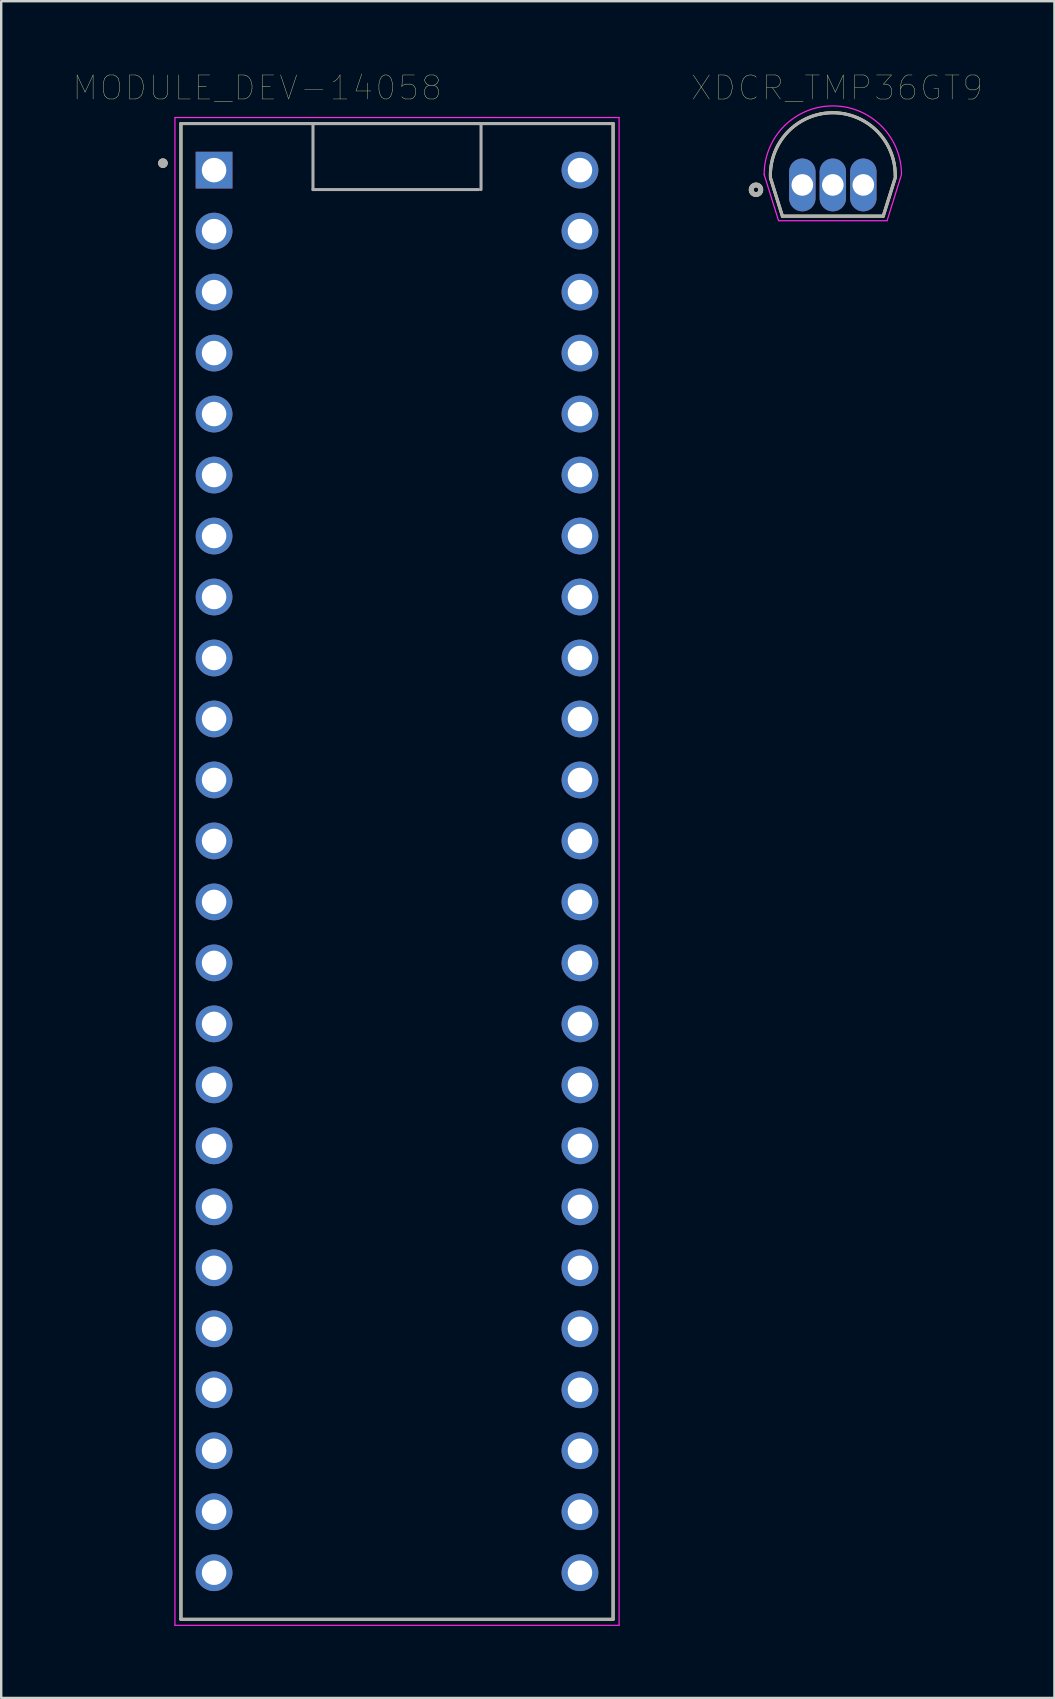
<source format=kicad_pcb>
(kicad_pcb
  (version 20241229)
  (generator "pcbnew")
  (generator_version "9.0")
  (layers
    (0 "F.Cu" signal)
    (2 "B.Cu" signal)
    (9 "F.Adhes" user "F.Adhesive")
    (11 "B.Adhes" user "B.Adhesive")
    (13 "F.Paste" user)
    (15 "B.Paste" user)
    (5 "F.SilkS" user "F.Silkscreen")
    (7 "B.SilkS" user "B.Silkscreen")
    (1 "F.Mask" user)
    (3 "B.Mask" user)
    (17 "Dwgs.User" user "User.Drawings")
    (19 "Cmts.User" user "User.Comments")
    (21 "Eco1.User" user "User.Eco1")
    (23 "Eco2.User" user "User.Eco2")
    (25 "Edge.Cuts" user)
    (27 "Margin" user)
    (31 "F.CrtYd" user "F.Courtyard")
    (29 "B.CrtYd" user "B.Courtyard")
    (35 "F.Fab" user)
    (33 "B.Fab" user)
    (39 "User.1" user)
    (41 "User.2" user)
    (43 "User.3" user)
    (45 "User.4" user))
  (footprint "MODULE_DEV-14058"
    (layer "F.Cu")
    (at 13.486 33.246)
    (property "Reference" "MODULE_DEV-14058" (at -5.825 -32.635 0) (layer "F.SilkS") (effects (font (size 1 1) (thickness 0.015))))
    (attr through_hole)
    (fp_line (start -9 -31.15) (end -9 31.15) (stroke (width 0.127) (type solid)) (layer "F.SilkS"))
    (fp_line (start -9 31.15) (end 9 31.15) (stroke (width 0.127) (type solid)) (layer "F.SilkS"))
    (fp_line (start 9 -31.15) (end -9 -31.15) (stroke (width 0.127) (type solid)) (layer "F.SilkS"))
    (fp_line (start 9 31.15) (end 9 -31.15) (stroke (width 0.127) (type solid)) (layer "F.SilkS"))
    (fp_circle (center -9.75 -29.5) (end -9.65 -29.5) (stroke (width 0.2) (type solid)) (fill no) (layer "F.SilkS"))
    (fp_line (start -9.25 -31.4) (end 9.25 -31.4) (stroke (width 0.05) (type solid)) (layer "F.CrtYd"))
    (fp_line (start -9.25 31.4) (end -9.25 -31.4) (stroke (width 0.05) (type solid)) (layer "F.CrtYd"))
    (fp_line (start 9.25 -31.4) (end 9.25 31.4) (stroke (width 0.05) (type solid)) (layer "F.CrtYd"))
    (fp_line (start 9.25 31.4) (end -9.25 31.4) (stroke (width 0.05) (type solid)) (layer "F.CrtYd"))
    (fp_line (start -9 -31.15) (end 9 -31.15) (stroke (width 0.127) (type solid)) (layer "F.Fab"))
    (fp_line (start -9 31.15) (end -9 -31.15) (stroke (width 0.127) (type solid)) (layer "F.Fab"))
    (fp_line (start -3.5 -31.1) (end -3.5 -28.4) (stroke (width 0.127) (type solid)) (layer "F.Fab"))
    (fp_line (start -3.5 -28.4) (end 3.4 -28.4) (stroke (width 0.127) (type solid)) (layer "F.Fab"))
    (fp_line (start 3.5 -28.4) (end 3.5 -31.1) (stroke (width 0.127) (type solid)) (layer "F.Fab"))
    (fp_line (start 9 -31.15) (end 9 31.15) (stroke (width 0.127) (type solid)) (layer "F.Fab"))
    (fp_line (start 9 31.15) (end -9 31.15) (stroke (width 0.127) (type solid)) (layer "F.Fab"))
    (fp_circle (center -9.75 -29.5) (end -9.65 -29.5) (stroke (width 0.2) (type solid)) (fill no) (layer "F.Fab"))
    (pad "1" thru_hole rect (at -7.62 -29.21) (size 1.53 1.53) (drill 1.02) (layers "*.Cu" "*.Mask"))
    (pad "2" thru_hole circle (at -7.62 -26.67) (size 1.53 1.53) (drill 1.02) (layers "*.Cu" "*.Mask"))
    (pad "3" thru_hole circle (at -7.62 -24.13) (size 1.53 1.53) (drill 1.02) (layers "*.Cu" "*.Mask"))
    (pad "4" thru_hole circle (at -7.62 -21.59) (size 1.53 1.53) (drill 1.02) (layers "*.Cu" "*.Mask"))
    (pad "5" thru_hole circle (at -7.62 -19.05) (size 1.53 1.53) (drill 1.02) (layers "*.Cu" "*.Mask"))
    (pad "6" thru_hole circle (at -7.62 -16.51) (size 1.53 1.53) (drill 1.02) (layers "*.Cu" "*.Mask"))
    (pad "7" thru_hole circle (at -7.62 -13.97) (size 1.53 1.53) (drill 1.02) (layers "*.Cu" "*.Mask"))
    (pad "8" thru_hole circle (at -7.62 -11.43) (size 1.53 1.53) (drill 1.02) (layers "*.Cu" "*.Mask"))
    (pad "9" thru_hole circle (at -7.62 -8.89) (size 1.53 1.53) (drill 1.02) (layers "*.Cu" "*.Mask"))
    (pad "10" thru_hole circle (at -7.62 -6.35) (size 1.53 1.53) (drill 1.02) (layers "*.Cu" "*.Mask"))
    (pad "11" thru_hole circle (at -7.62 -3.81) (size 1.53 1.53) (drill 1.02) (layers "*.Cu" "*.Mask"))
    (pad "12" thru_hole circle (at -7.62 -1.27) (size 1.53 1.53) (drill 1.02) (layers "*.Cu" "*.Mask"))
    (pad "13" thru_hole circle (at -7.62 1.27) (size 1.53 1.53) (drill 1.02) (layers "*.Cu" "*.Mask"))
    (pad "14" thru_hole circle (at -7.62 3.81) (size 1.53 1.53) (drill 1.02) (layers "*.Cu" "*.Mask"))
    (pad "15" thru_hole circle (at -7.62 6.35) (size 1.53 1.53) (drill 1.02) (layers "*.Cu" "*.Mask"))
    (pad "16" thru_hole circle (at -7.62 8.89) (size 1.53 1.53) (drill 1.02) (layers "*.Cu" "*.Mask"))
    (pad "17" thru_hole circle (at -7.62 11.43) (size 1.53 1.53) (drill 1.02) (layers "*.Cu" "*.Mask"))
    (pad "18" thru_hole circle (at -7.62 13.97) (size 1.53 1.53) (drill 1.02) (layers "*.Cu" "*.Mask"))
    (pad "19" thru_hole circle (at -7.62 16.51) (size 1.53 1.53) (drill 1.02) (layers "*.Cu" "*.Mask"))
    (pad "20" thru_hole circle (at -7.62 19.05) (size 1.53 1.53) (drill 1.02) (layers "*.Cu" "*.Mask"))
    (pad "21" thru_hole circle (at -7.62 21.59) (size 1.53 1.53) (drill 1.02) (layers "*.Cu" "*.Mask"))
    (pad "22" thru_hole circle (at -7.62 24.13) (size 1.53 1.53) (drill 1.02) (layers "*.Cu" "*.Mask"))
    (pad "23" thru_hole circle (at -7.62 26.67) (size 1.53 1.53) (drill 1.02) (layers "*.Cu" "*.Mask"))
    (pad "24" thru_hole circle (at -7.62 29.21) (size 1.53 1.53) (drill 1.02) (layers "*.Cu" "*.Mask"))
    (pad "25" thru_hole circle (at 7.62 29.21) (size 1.53 1.53) (drill 1.02) (layers "*.Cu" "*.Mask"))
    (pad "26" thru_hole circle (at 7.62 26.67) (size 1.53 1.53) (drill 1.02) (layers "*.Cu" "*.Mask"))
    (pad "27" thru_hole circle (at 7.62 24.13) (size 1.53 1.53) (drill 1.02) (layers "*.Cu" "*.Mask"))
    (pad "28" thru_hole circle (at 7.62 21.59) (size 1.53 1.53) (drill 1.02) (layers "*.Cu" "*.Mask"))
    (pad "29" thru_hole circle (at 7.62 19.05) (size 1.53 1.53) (drill 1.02) (layers "*.Cu" "*.Mask"))
    (pad "30" thru_hole circle (at 7.62 16.51) (size 1.53 1.53) (drill 1.02) (layers "*.Cu" "*.Mask"))
    (pad "31" thru_hole circle (at 7.62 13.97) (size 1.53 1.53) (drill 1.02) (layers "*.Cu" "*.Mask"))
    (pad "32" thru_hole circle (at 7.62 11.43) (size 1.53 1.53) (drill 1.02) (layers "*.Cu" "*.Mask"))
    (pad "33" thru_hole circle (at 7.62 8.89) (size 1.53 1.53) (drill 1.02) (layers "*.Cu" "*.Mask"))
    (pad "34" thru_hole circle (at 7.62 6.35) (size 1.53 1.53) (drill 1.02) (layers "*.Cu" "*.Mask"))
    (pad "35" thru_hole circle (at 7.62 3.81) (size 1.53 1.53) (drill 1.02) (layers "*.Cu" "*.Mask"))
    (pad "36" thru_hole circle (at 7.62 1.27) (size 1.53 1.53) (drill 1.02) (layers "*.Cu" "*.Mask"))
    (pad "37" thru_hole circle (at 7.62 -1.27) (size 1.53 1.53) (drill 1.02) (layers "*.Cu" "*.Mask"))
    (pad "38" thru_hole circle (at 7.62 -3.81) (size 1.53 1.53) (drill 1.02) (layers "*.Cu" "*.Mask"))
    (pad "39" thru_hole circle (at 7.62 -6.35) (size 1.53 1.53) (drill 1.02) (layers "*.Cu" "*.Mask"))
    (pad "40" thru_hole circle (at 7.62 -8.89) (size 1.53 1.53) (drill 1.02) (layers "*.Cu" "*.Mask"))
    (pad "41" thru_hole circle (at 7.62 -11.43) (size 1.53 1.53) (drill 1.02) (layers "*.Cu" "*.Mask"))
    (pad "42" thru_hole circle (at 7.62 -13.97) (size 1.53 1.53) (drill 1.02) (layers "*.Cu" "*.Mask"))
    (pad "43" thru_hole circle (at 7.62 -16.51) (size 1.53 1.53) (drill 1.02) (layers "*.Cu" "*.Mask"))
    (pad "44" thru_hole circle (at 7.62 -19.05) (size 1.53 1.53) (drill 1.02) (layers "*.Cu" "*.Mask"))
    (pad "45" thru_hole circle (at 7.62 -21.59) (size 1.53 1.53) (drill 1.02) (layers "*.Cu" "*.Mask"))
    (pad "46" thru_hole circle (at 7.62 -24.13) (size 1.53 1.53) (drill 1.02) (layers "*.Cu" "*.Mask"))
    (pad "47" thru_hole circle (at 7.62 -26.67) (size 1.53 1.53) (drill 1.02) (layers "*.Cu" "*.Mask"))
    (pad "48" thru_hole circle (at 7.62 -29.21) (size 1.53 1.53) (drill 1.02) (layers "*.Cu" "*.Mask")))
  (footprint "XDCR_TMP36GT9"
    (layer "F.Cu")
    (at 31.638 3.753)
    (property "Reference" "XDCR_TMP36GT9" (at 0.175 -3.141 0) (layer "F.SilkS") (effects (font (size 1.002 1.002) (thickness 0.015))))
    (attr through_hole)
    (fp_line (start -2.6 0.6) (end -2.1 2.2) (stroke (width 0.127) (type solid)) (layer "F.SilkS"))
    (fp_line (start -2.1 2.2) (end 2.1 2.2) (stroke (width 0.127) (type solid)) (layer "F.SilkS"))
    (fp_line (start 2.1 2.2) (end 2.6 0.6) (stroke (width 0.127) (type solid)) (layer "F.SilkS"))
    (fp_arc (start -2.6 0.538) (mid 0 -2.107779) (end 2.6 0.538) (stroke (width 0.127) (type solid)) (layer "F.SilkS"))
    (fp_circle (center -3.2 1.1) (end -3 1.1) (stroke (width 0.2) (type solid)) (fill no) (layer "F.SilkS"))
    (fp_line (start -2.26 2.39) (end -2.86 0.468) (stroke (width 0.05) (type solid)) (layer "F.CrtYd"))
    (fp_line (start -2.26 2.39) (end 2.26 2.39) (stroke (width 0.05) (type solid)) (layer "F.CrtYd"))
    (fp_line (start 2.26 2.39) (end 2.86 0.468) (stroke (width 0.05) (type solid)) (layer "F.CrtYd"))
    (fp_arc (start -2.86 0.468) (mid 0 -2.392) (end 2.86 0.468) (stroke (width 0.05) (type solid)) (layer "F.CrtYd"))
    (fp_line (start -2.6 0.6) (end -2.1 2.2) (stroke (width 0.127) (type solid)) (layer "F.Fab"))
    (fp_line (start -2.1 2.2) (end 2.1 2.2) (stroke (width 0.127) (type solid)) (layer "F.Fab"))
    (fp_line (start 2.1 2.2) (end 2.6 0.6) (stroke (width 0.127) (type solid)) (layer "F.Fab"))
    (fp_arc (start -2.6 0.538) (mid 0 -2.107779) (end 2.6 0.538) (stroke (width 0.127) (type solid)) (layer "F.Fab"))
    (fp_circle (center -3.2 1.1) (end -3 1.1) (stroke (width 0.2) (type solid)) (fill no) (layer "F.Fab"))
    (pad "1" thru_hole oval (at -1.27 0.9) (size 1.1 2.2) (drill 0.9) (layers "*.Cu" "*.Mask"))
    (pad "2" thru_hole oval (at 0 0.9) (size 1.1 2.2) (drill 0.9) (layers "*.Cu" "*.Mask"))
    (pad "3" thru_hole oval (at 1.27 0.9) (size 1.1 2.2) (drill 0.9) (layers "*.Cu" "*.Mask")))
  (gr_rect
    (start -3 -3)
    (end 40.867 67.671)
    (stroke (width 0.1) (type default))
    (fill no)
    (layer "Edge.Cuts")))
</source>
